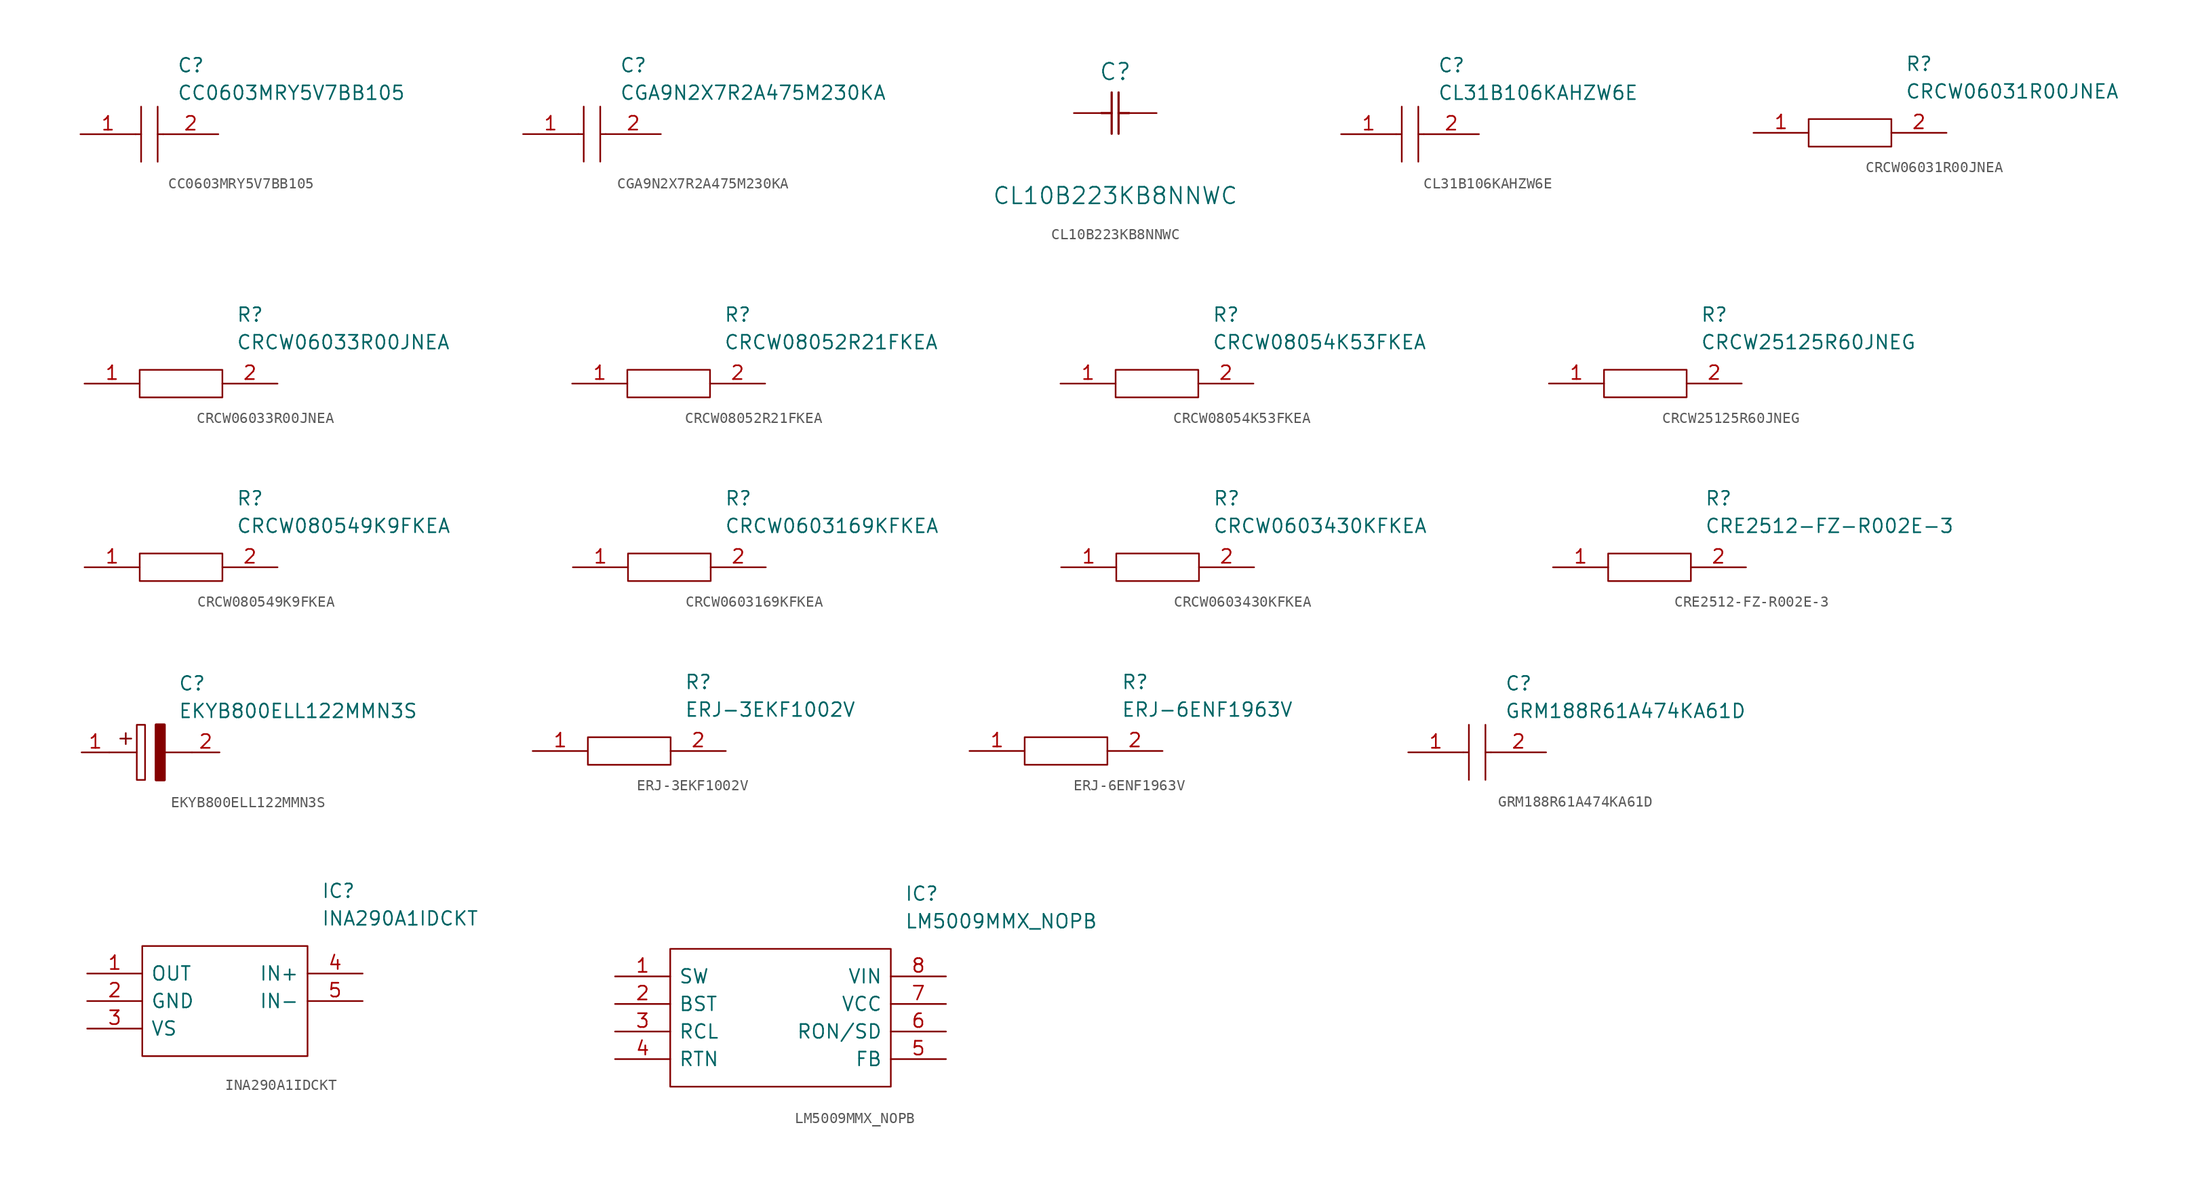
<source format=kicad_sym>
(kicad_symbol_lib
  (version 20211014)
  (generator kicad_symbol_editor)
  (symbol "CC0603MRY5V7BB105"
    (pin_names
      (offset 0.762))
    (property "Reference" "C"
      (at 8.89 6.35 0)
      (effects (font (size 1.27 1.27)) (justify left)))
    (property "Value" "CC0603MRY5V7BB105"
      (at 8.89 3.81 0)
      (effects (font (size 1.27 1.27)) (justify left)))
    (symbol "CC0603MRY5V7BB105_0_0"
      (pin passive line (at 0 0 0) (length 5.08) (name "~" (effects (font (size 1.27 1.27)))) (number "1" (effects (font (size 1.27 1.27)))))
      (pin passive line (at 12.7 0 180) (length 5.08) (name "~" (effects (font (size 1.27 1.27)))) (number "2" (effects (font (size 1.27 1.27))))))
    (symbol "CC0603MRY5V7BB105_0_1"
      (polyline (pts (xy 5.08 0) (xy 5.588 0)) (stroke (width 0.152) (type default) (color 0 0 0 0)) (fill (type none)))
      (polyline (pts (xy 5.588 2.54) (xy 5.588 -2.54)) (stroke (width 0.152) (type default) (color 0 0 0 0)) (fill (type none)))
      (polyline (pts (xy 7.112 0) (xy 7.62 0)) (stroke (width 0.152) (type default) (color 0 0 0 0)) (fill (type none)))
      (polyline (pts (xy 7.112 2.54) (xy 7.112 -2.54)) (stroke (width 0.152) (type default) (color 0 0 0 0)) (fill (type none)))))
  (symbol "CGA9N2X7R2A475M230KA"
    (pin_names
      (offset 0.762))
    (property "Reference" "C"
      (at 8.89 6.35 0)
      (effects (font (size 1.27 1.27)) (justify left)))
    (property "Value" "CGA9N2X7R2A475M230KA"
      (at 8.89 3.81 0)
      (effects (font (size 1.27 1.27)) (justify left)))
    (symbol "CGA9N2X7R2A475M230KA_0_0"
      (pin passive line (at 0 0 0) (length 5.08) (name "~" (effects (font (size 1.27 1.27)))) (number "1" (effects (font (size 1.27 1.27)))))
      (pin passive line (at 12.7 0 180) (length 5.08) (name "~" (effects (font (size 1.27 1.27)))) (number "2" (effects (font (size 1.27 1.27))))))
    (symbol "CGA9N2X7R2A475M230KA_0_1"
      (polyline (pts (xy 5.08 0) (xy 5.588 0)) (stroke (width 0.152) (type default) (color 0 0 0 0)) (fill (type none)))
      (polyline (pts (xy 5.588 2.54) (xy 5.588 -2.54)) (stroke (width 0.152) (type default) (color 0 0 0 0)) (fill (type none)))
      (polyline (pts (xy 7.112 0) (xy 7.62 0)) (stroke (width 0.152) (type default) (color 0 0 0 0)) (fill (type none)))
      (polyline (pts (xy 7.112 2.54) (xy 7.112 -2.54)) (stroke (width 0.152) (type default) (color 0 0 0 0)) (fill (type none)))))
  (symbol "CL10B223KB8NNWC"
    (pin_numbers hide)
    (pin_names
      (offset 1.651) hide)
    (property "Reference" "C"
      (at 3.81 3.81 0)
      (effects (font (size 1.524 1.524))))
    (property "Value" "CL10B223KB8NNWC"
      (at 3.81 -7.62 0)
      (effects (font (size 1.524 1.524))))
    (property "Datasheet" ""
      (at 0 0 0)
      (effects (font (size 1.524 1.524))))
    (property "ki_locked" ""
      (at 0 0 0)
      (effects (font (size 1.27 1.27))))
    (symbol "CL10B223KB8NNWC_1_1"
      (polyline (pts (xy 2.54 0) (xy 3.48 0)) (stroke (width 0.203) (type default) (color 0 0 0 0)) (fill (type none)))
      (polyline (pts (xy 3.48 -1.905) (xy 3.48 1.905)) (stroke (width 0.203) (type default) (color 0 0 0 0)) (fill (type none)))
      (polyline (pts (xy 4.115 -1.905) (xy 4.115 1.905)) (stroke (width 0.203) (type default) (color 0 0 0 0)) (fill (type none)))
      (polyline (pts (xy 4.115 0) (xy 5.08 0)) (stroke (width 0.203) (type default) (color 0 0 0 0)) (fill (type none)))
      (pin unspecified line (at 0 0 0) (length 2.54) (name "1" (effects (font (size 1.499 1.499)))) (number "1" (effects (font (size 1.499 1.499)))))
      (pin unspecified line (at 7.62 0 180) (length 2.54) (name "2" (effects (font (size 1.499 1.499)))) (number "2" (effects (font (size 1.499 1.499)))))))
  (symbol "CL31B106KAHZW6E"
    (pin_names
      (offset 0.762))
    (property "Reference" "C"
      (at 8.89 6.35 0)
      (effects (font (size 1.27 1.27)) (justify left)))
    (property "Value" "CL31B106KAHZW6E"
      (at 8.89 3.81 0)
      (effects (font (size 1.27 1.27)) (justify left)))
    (symbol "CL31B106KAHZW6E_0_0"
      (pin passive line (at 0 0 0) (length 5.08) (name "~" (effects (font (size 1.27 1.27)))) (number "1" (effects (font (size 1.27 1.27)))))
      (pin passive line (at 12.7 0 180) (length 5.08) (name "~" (effects (font (size 1.27 1.27)))) (number "2" (effects (font (size 1.27 1.27))))))
    (symbol "CL31B106KAHZW6E_0_1"
      (polyline (pts (xy 5.08 0) (xy 5.588 0)) (stroke (width 0.152) (type default) (color 0 0 0 0)) (fill (type none)))
      (polyline (pts (xy 5.588 2.54) (xy 5.588 -2.54)) (stroke (width 0.152) (type default) (color 0 0 0 0)) (fill (type none)))
      (polyline (pts (xy 7.112 0) (xy 7.62 0)) (stroke (width 0.152) (type default) (color 0 0 0 0)) (fill (type none)))
      (polyline (pts (xy 7.112 2.54) (xy 7.112 -2.54)) (stroke (width 0.152) (type default) (color 0 0 0 0)) (fill (type none)))))
  (symbol "CRCW06031R00JNEA"
    (pin_names
      (offset 0.762))
    (property "Reference" "R"
      (at 13.97 6.35 0)
      (effects (font (size 1.27 1.27)) (justify left)))
    (property "Value" "CRCW06031R00JNEA"
      (at 13.97 3.81 0)
      (effects (font (size 1.27 1.27)) (justify left)))
    (symbol "CRCW06031R00JNEA_0_0"
      (pin passive line (at 0 0 0) (length 5.08) (name "~" (effects (font (size 1.27 1.27)))) (number "1" (effects (font (size 1.27 1.27)))))
      (pin passive line (at 17.78 0 180) (length 5.08) (name "~" (effects (font (size 1.27 1.27)))) (number "2" (effects (font (size 1.27 1.27))))))
    (symbol "CRCW06031R00JNEA_0_1"
      (polyline (pts (xy 5.08 1.27) (xy 12.7 1.27) (xy 12.7 -1.27) (xy 5.08 -1.27) (xy 5.08 1.27)) (stroke (width 0.152) (type default) (color 0 0 0 0)) (fill (type none)))))
  (symbol "CRCW06033R00JNEA"
    (pin_names
      (offset 0.762))
    (property "Reference" "R"
      (at 13.97 6.35 0)
      (effects (font (size 1.27 1.27)) (justify left)))
    (property "Value" "CRCW06033R00JNEA"
      (at 13.97 3.81 0)
      (effects (font (size 1.27 1.27)) (justify left)))
    (symbol "CRCW06033R00JNEA_0_0"
      (pin passive line (at 0 0 0) (length 5.08) (name "~" (effects (font (size 1.27 1.27)))) (number "1" (effects (font (size 1.27 1.27)))))
      (pin passive line (at 17.78 0 180) (length 5.08) (name "~" (effects (font (size 1.27 1.27)))) (number "2" (effects (font (size 1.27 1.27))))))
    (symbol "CRCW06033R00JNEA_0_1"
      (polyline (pts (xy 5.08 1.27) (xy 12.7 1.27) (xy 12.7 -1.27) (xy 5.08 -1.27) (xy 5.08 1.27)) (stroke (width 0.152) (type default) (color 0 0 0 0)) (fill (type none)))))
  (symbol "CRCW08052R21FKEA"
    (pin_names
      (offset 0.762))
    (property "Reference" "R"
      (at 13.97 6.35 0)
      (effects (font (size 1.27 1.27)) (justify left)))
    (property "Value" "CRCW08052R21FKEA"
      (at 13.97 3.81 0)
      (effects (font (size 1.27 1.27)) (justify left)))
    (symbol "CRCW08052R21FKEA_0_0"
      (pin passive line (at 0 0 0) (length 5.08) (name "~" (effects (font (size 1.27 1.27)))) (number "1" (effects (font (size 1.27 1.27)))))
      (pin passive line (at 17.78 0 180) (length 5.08) (name "~" (effects (font (size 1.27 1.27)))) (number "2" (effects (font (size 1.27 1.27))))))
    (symbol "CRCW08052R21FKEA_0_1"
      (polyline (pts (xy 5.08 1.27) (xy 12.7 1.27) (xy 12.7 -1.27) (xy 5.08 -1.27) (xy 5.08 1.27)) (stroke (width 0.152) (type default) (color 0 0 0 0)) (fill (type none)))))
  (symbol "CRCW08054K53FKEA"
    (pin_names
      (offset 0.762))
    (property "Reference" "R"
      (at 13.97 6.35 0)
      (effects (font (size 1.27 1.27)) (justify left)))
    (property "Value" "CRCW08054K53FKEA"
      (at 13.97 3.81 0)
      (effects (font (size 1.27 1.27)) (justify left)))
    (symbol "CRCW08054K53FKEA_0_0"
      (pin passive line (at 0 0 0) (length 5.08) (name "~" (effects (font (size 1.27 1.27)))) (number "1" (effects (font (size 1.27 1.27)))))
      (pin passive line (at 17.78 0 180) (length 5.08) (name "~" (effects (font (size 1.27 1.27)))) (number "2" (effects (font (size 1.27 1.27))))))
    (symbol "CRCW08054K53FKEA_0_1"
      (polyline (pts (xy 5.08 1.27) (xy 12.7 1.27) (xy 12.7 -1.27) (xy 5.08 -1.27) (xy 5.08 1.27)) (stroke (width 0.152) (type default) (color 0 0 0 0)) (fill (type none)))))
  (symbol "CRCW25125R60JNEG"
    (pin_names
      (offset 0.762))
    (property "Reference" "R"
      (at 13.97 6.35 0)
      (effects (font (size 1.27 1.27)) (justify left)))
    (property "Value" "CRCW25125R60JNEG"
      (at 13.97 3.81 0)
      (effects (font (size 1.27 1.27)) (justify left)))
    (symbol "CRCW25125R60JNEG_0_0"
      (pin passive line (at 0 0 0) (length 5.08) (name "~" (effects (font (size 1.27 1.27)))) (number "1" (effects (font (size 1.27 1.27)))))
      (pin passive line (at 17.78 0 180) (length 5.08) (name "~" (effects (font (size 1.27 1.27)))) (number "2" (effects (font (size 1.27 1.27))))))
    (symbol "CRCW25125R60JNEG_0_1"
      (polyline (pts (xy 5.08 1.27) (xy 12.7 1.27) (xy 12.7 -1.27) (xy 5.08 -1.27) (xy 5.08 1.27)) (stroke (width 0.152) (type default) (color 0 0 0 0)) (fill (type none)))))
  (symbol "CRCW080549K9FKEA"
    (pin_names
      (offset 0.762))
    (property "Reference" "R"
      (at 13.97 6.35 0)
      (effects (font (size 1.27 1.27)) (justify left)))
    (property "Value" "CRCW080549K9FKEA"
      (at 13.97 3.81 0)
      (effects (font (size 1.27 1.27)) (justify left)))
    (symbol "CRCW080549K9FKEA_0_0"
      (pin passive line (at 0 0 0) (length 5.08) (name "~" (effects (font (size 1.27 1.27)))) (number "1" (effects (font (size 1.27 1.27)))))
      (pin passive line (at 17.78 0 180) (length 5.08) (name "~" (effects (font (size 1.27 1.27)))) (number "2" (effects (font (size 1.27 1.27))))))
    (symbol "CRCW080549K9FKEA_0_1"
      (polyline (pts (xy 5.08 1.27) (xy 12.7 1.27) (xy 12.7 -1.27) (xy 5.08 -1.27) (xy 5.08 1.27)) (stroke (width 0.152) (type default) (color 0 0 0 0)) (fill (type none)))))
  (symbol "CRCW0603169KFKEA"
    (pin_names
      (offset 0.762))
    (property "Reference" "R"
      (at 13.97 6.35 0)
      (effects (font (size 1.27 1.27)) (justify left)))
    (property "Value" "CRCW0603169KFKEA"
      (at 13.97 3.81 0)
      (effects (font (size 1.27 1.27)) (justify left)))
    (symbol "CRCW0603169KFKEA_0_0"
      (pin passive line (at 0 0 0) (length 5.08) (name "~" (effects (font (size 1.27 1.27)))) (number "1" (effects (font (size 1.27 1.27)))))
      (pin passive line (at 17.78 0 180) (length 5.08) (name "~" (effects (font (size 1.27 1.27)))) (number "2" (effects (font (size 1.27 1.27))))))
    (symbol "CRCW0603169KFKEA_0_1"
      (polyline (pts (xy 5.08 1.27) (xy 12.7 1.27) (xy 12.7 -1.27) (xy 5.08 -1.27) (xy 5.08 1.27)) (stroke (width 0.152) (type default) (color 0 0 0 0)) (fill (type none)))))
  (symbol "CRCW0603430KFKEA"
    (pin_names
      (offset 0.762))
    (property "Reference" "R"
      (at 13.97 6.35 0)
      (effects (font (size 1.27 1.27)) (justify left)))
    (property "Value" "CRCW0603430KFKEA"
      (at 13.97 3.81 0)
      (effects (font (size 1.27 1.27)) (justify left)))
    (symbol "CRCW0603430KFKEA_0_0"
      (pin passive line (at 0 0 0) (length 5.08) (name "~" (effects (font (size 1.27 1.27)))) (number "1" (effects (font (size 1.27 1.27)))))
      (pin passive line (at 17.78 0 180) (length 5.08) (name "~" (effects (font (size 1.27 1.27)))) (number "2" (effects (font (size 1.27 1.27))))))
    (symbol "CRCW0603430KFKEA_0_1"
      (polyline (pts (xy 5.08 1.27) (xy 12.7 1.27) (xy 12.7 -1.27) (xy 5.08 -1.27) (xy 5.08 1.27)) (stroke (width 0.152) (type default) (color 0 0 0 0)) (fill (type none)))))
  (symbol "CRE2512-FZ-R002E-3"
    (pin_names
      (offset 0.762))
    (property "Reference" "R"
      (at 13.97 6.35 0)
      (effects (font (size 1.27 1.27)) (justify left)))
    (property "Value" "CRE2512-FZ-R002E-3"
      (at 13.97 3.81 0)
      (effects (font (size 1.27 1.27)) (justify left)))
    (symbol "CRE2512-FZ-R002E-3_0_0"
      (pin passive line (at 0 0 0) (length 5.08) (name "~" (effects (font (size 1.27 1.27)))) (number "1" (effects (font (size 1.27 1.27)))))
      (pin passive line (at 17.78 0 180) (length 5.08) (name "~" (effects (font (size 1.27 1.27)))) (number "2" (effects (font (size 1.27 1.27))))))
    (symbol "CRE2512-FZ-R002E-3_0_1"
      (polyline (pts (xy 5.08 1.27) (xy 12.7 1.27) (xy 12.7 -1.27) (xy 5.08 -1.27) (xy 5.08 1.27)) (stroke (width 0.152) (type default) (color 0 0 0 0)) (fill (type none)))))
  (symbol "EKYB800ELL122MMN3S"
    (pin_names
      (offset 0.762))
    (property "Reference" "C"
      (at 8.89 6.35 0)
      (effects (font (size 1.27 1.27)) (justify left)))
    (property "Value" "EKYB800ELL122MMN3S"
      (at 8.89 3.81 0)
      (effects (font (size 1.27 1.27)) (justify left)))
    (symbol "EKYB800ELL122MMN3S_0_0"
      (pin passive line (at 0 0 0) (length 2.54) (name "~" (effects (font (size 1.27 1.27)))) (number "1" (effects (font (size 1.27 1.27)))))
      (pin passive line (at 12.7 0 180) (length 2.54) (name "~" (effects (font (size 1.27 1.27)))) (number "2" (effects (font (size 1.27 1.27))))))
    (symbol "EKYB800ELL122MMN3S_0_1"
      (polyline (pts (xy 2.54 0) (xy 5.08 0)) (stroke (width 0.152) (type default) (color 0 0 0 0)) (fill (type none)))
      (polyline (pts (xy 4.064 1.778) (xy 4.064 0.762)) (stroke (width 0.152) (type default) (color 0 0 0 0)) (fill (type none)))
      (polyline (pts (xy 4.572 1.27) (xy 3.556 1.27)) (stroke (width 0.152) (type default) (color 0 0 0 0)) (fill (type none)))
      (polyline (pts (xy 7.62 0) (xy 10.16 0)) (stroke (width 0.152) (type default) (color 0 0 0 0)) (fill (type none)))
      (polyline (pts (xy 5.08 2.54) (xy 5.08 -2.54) (xy 5.842 -2.54) (xy 5.842 2.54) (xy 5.08 2.54)) (stroke (width 0.152) (type default) (color 0 0 0 0)) (fill (type none)))
      (polyline (pts (xy 7.62 2.54) (xy 7.62 -2.54) (xy 6.858 -2.54) (xy 6.858 2.54) (xy 7.62 2.54)) (stroke (width 0.254) (type default) (color 0 0 0 0)) (fill (type outline)))))
  (symbol "ERJ-3EKF1002V"
    (pin_names
      (offset 0.762))
    (property "Reference" "R"
      (at 13.97 6.35 0)
      (effects (font (size 1.27 1.27)) (justify left)))
    (property "Value" "ERJ-3EKF1002V"
      (at 13.97 3.81 0)
      (effects (font (size 1.27 1.27)) (justify left)))
    (symbol "ERJ-3EKF1002V_0_0"
      (pin passive line (at 0 0 0) (length 5.08) (name "~" (effects (font (size 1.27 1.27)))) (number "1" (effects (font (size 1.27 1.27)))))
      (pin passive line (at 17.78 0 180) (length 5.08) (name "~" (effects (font (size 1.27 1.27)))) (number "2" (effects (font (size 1.27 1.27))))))
    (symbol "ERJ-3EKF1002V_0_1"
      (polyline (pts (xy 5.08 1.27) (xy 12.7 1.27) (xy 12.7 -1.27) (xy 5.08 -1.27) (xy 5.08 1.27)) (stroke (width 0.152) (type default) (color 0 0 0 0)) (fill (type none)))))
  (symbol "ERJ-6ENF1963V"
    (pin_names
      (offset 0.762))
    (property "Reference" "R"
      (at 13.97 6.35 0)
      (effects (font (size 1.27 1.27)) (justify left)))
    (property "Value" "ERJ-6ENF1963V"
      (at 13.97 3.81 0)
      (effects (font (size 1.27 1.27)) (justify left)))
    (symbol "ERJ-6ENF1963V_0_0"
      (pin passive line (at 0 0 0) (length 5.08) (name "~" (effects (font (size 1.27 1.27)))) (number "1" (effects (font (size 1.27 1.27)))))
      (pin passive line (at 17.78 0 180) (length 5.08) (name "~" (effects (font (size 1.27 1.27)))) (number "2" (effects (font (size 1.27 1.27))))))
    (symbol "ERJ-6ENF1963V_0_1"
      (polyline (pts (xy 5.08 1.27) (xy 12.7 1.27) (xy 12.7 -1.27) (xy 5.08 -1.27) (xy 5.08 1.27)) (stroke (width 0.152) (type default) (color 0 0 0 0)) (fill (type none)))))
  (symbol "GRM188R61A474KA61D"
    (pin_names
      (offset 0.762))
    (property "Reference" "C"
      (at 8.89 6.35 0)
      (effects (font (size 1.27 1.27)) (justify left)))
    (property "Value" "GRM188R61A474KA61D"
      (at 8.89 3.81 0)
      (effects (font (size 1.27 1.27)) (justify left)))
    (symbol "GRM188R61A474KA61D_0_0"
      (pin passive line (at 0 0 0) (length 5.08) (name "~" (effects (font (size 1.27 1.27)))) (number "1" (effects (font (size 1.27 1.27)))))
      (pin passive line (at 12.7 0 180) (length 5.08) (name "~" (effects (font (size 1.27 1.27)))) (number "2" (effects (font (size 1.27 1.27))))))
    (symbol "GRM188R61A474KA61D_0_1"
      (polyline (pts (xy 5.08 0) (xy 5.588 0)) (stroke (width 0.152) (type default) (color 0 0 0 0)) (fill (type none)))
      (polyline (pts (xy 5.588 2.54) (xy 5.588 -2.54)) (stroke (width 0.152) (type default) (color 0 0 0 0)) (fill (type none)))
      (polyline (pts (xy 7.112 0) (xy 7.62 0)) (stroke (width 0.152) (type default) (color 0 0 0 0)) (fill (type none)))
      (polyline (pts (xy 7.112 2.54) (xy 7.112 -2.54)) (stroke (width 0.152) (type default) (color 0 0 0 0)) (fill (type none)))))
  (symbol "INA290A1IDCKT"
    (pin_names
      (offset 0.762))
    (property "Reference" "IC"
      (at 21.59 7.62 0)
      (effects (font (size 1.27 1.27)) (justify left)))
    (property "Value" "INA290A1IDCKT"
      (at 21.59 5.08 0)
      (effects (font (size 1.27 1.27)) (justify left)))
    (symbol "INA290A1IDCKT_0_0"
      (pin output line (at 0 0 0) (length 5.08) (name "OUT" (effects (font (size 1.27 1.27)))) (number "1" (effects (font (size 1.27 1.27)))))
      (pin power_in line (at 0 -2.54 0) (length 5.08) (name "GND" (effects (font (size 1.27 1.27)))) (number "2" (effects (font (size 1.27 1.27)))))
      (pin power_in line (at 0 -5.08 0) (length 5.08) (name "VS" (effects (font (size 1.27 1.27)))) (number "3" (effects (font (size 1.27 1.27)))))
      (pin input line (at 25.4 0 180) (length 5.08) (name "IN+" (effects (font (size 1.27 1.27)))) (number "4" (effects (font (size 1.27 1.27)))))
      (pin input line (at 25.4 -2.54 180) (length 5.08) (name "IN-" (effects (font (size 1.27 1.27)))) (number "5" (effects (font (size 1.27 1.27))))))
    (symbol "INA290A1IDCKT_0_1"
      (polyline (pts (xy 5.08 2.54) (xy 20.32 2.54) (xy 20.32 -7.62) (xy 5.08 -7.62) (xy 5.08 2.54)) (stroke (width 0.152) (type default) (color 0 0 0 0)) (fill (type none)))))
  (symbol "LM5009MMX_NOPB"
    (pin_names
      (offset 0.762))
    (property "Reference" "IC"
      (at 26.67 7.62 0)
      (effects (font (size 1.27 1.27)) (justify left)))
    (property "Value" "LM5009MMX_NOPB"
      (at 26.67 5.08 0)
      (effects (font (size 1.27 1.27)) (justify left)))
    (symbol "LM5009MMX_NOPB_0_0"
      (pin passive line (at 0 0 0) (length 5.08) (name "SW" (effects (font (size 1.27 1.27)))) (number "1" (effects (font (size 1.27 1.27)))))
      (pin passive line (at 0 -2.54 0) (length 5.08) (name "BST" (effects (font (size 1.27 1.27)))) (number "2" (effects (font (size 1.27 1.27)))))
      (pin passive line (at 0 -5.08 0) (length 5.08) (name "RCL" (effects (font (size 1.27 1.27)))) (number "3" (effects (font (size 1.27 1.27)))))
      (pin passive line (at 0 -7.62 0) (length 5.08) (name "RTN" (effects (font (size 1.27 1.27)))) (number "4" (effects (font (size 1.27 1.27)))))
      (pin passive line (at 30.48 -7.62 180) (length 5.08) (name "FB" (effects (font (size 1.27 1.27)))) (number "5" (effects (font (size 1.27 1.27)))))
      (pin passive line (at 30.48 -5.08 180) (length 5.08) (name "RON/SD" (effects (font (size 1.27 1.27)))) (number "6" (effects (font (size 1.27 1.27)))))
      (pin passive line (at 30.48 -2.54 180) (length 5.08) (name "VCC" (effects (font (size 1.27 1.27)))) (number "7" (effects (font (size 1.27 1.27)))))
      (pin passive line (at 30.48 0 180) (length 5.08) (name "VIN" (effects (font (size 1.27 1.27)))) (number "8" (effects (font (size 1.27 1.27))))))
    (symbol "LM5009MMX_NOPB_0_1"
      (polyline (pts (xy 5.08 2.54) (xy 25.4 2.54) (xy 25.4 -10.16) (xy 5.08 -10.16) (xy 5.08 2.54)) (stroke (width 0.152) (type default) (color 0 0 0 0)) (fill (type none))))))
</source>
